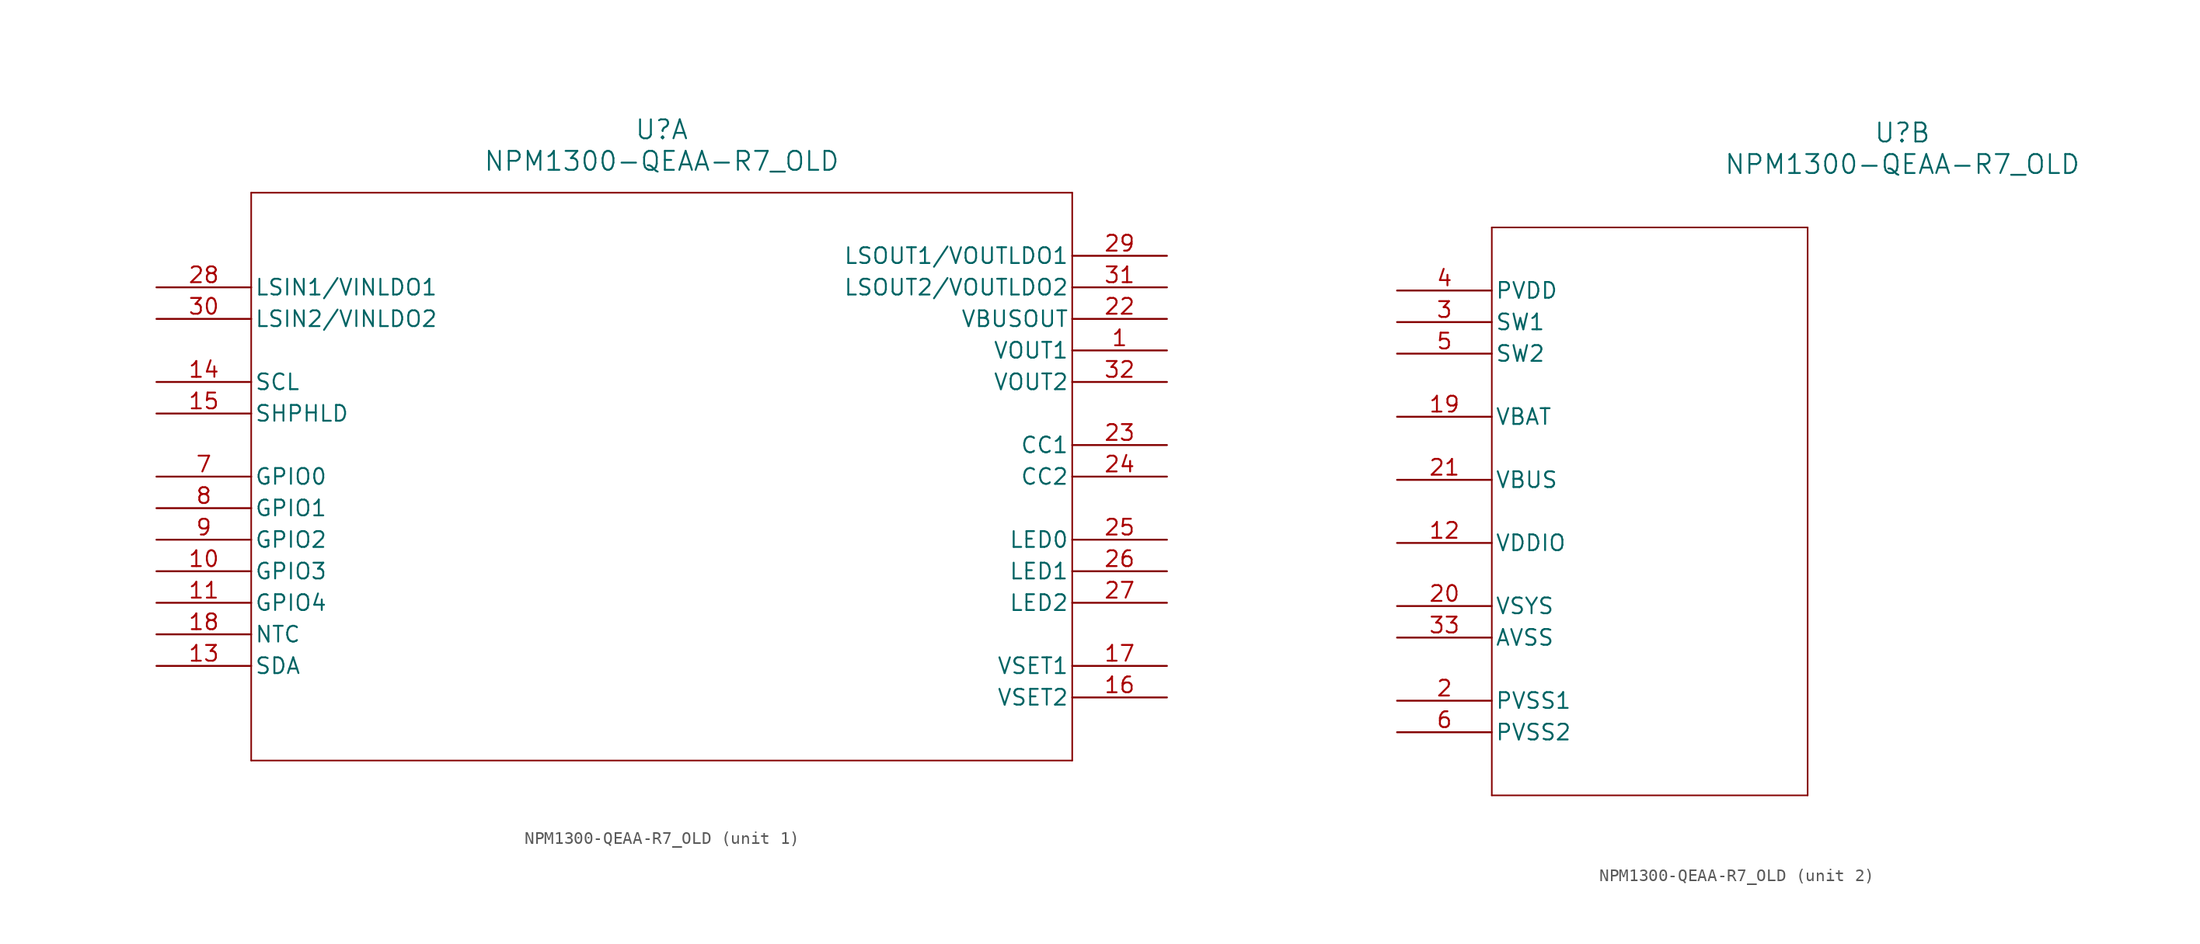
<source format=kicad_sym>
(kicad_symbol_lib
  (version 20241209)
  (generator "kicad_symbol_editor")
  (generator_version "9.0")
  (symbol "NPM1300-QEAA-R7_OLD"
    (pin_names
      (offset 0.254))
    (property "Reference" "U"
      (at 40.64 12.7 0)
      (effects (font (size 1.524 1.524))))
    (property "Value" "NPM1300-QEAA-R7_OLD"
      (at 40.64 10.16 0)
      (effects (font (size 1.524 1.524))))
    (property "ki_locked" ""
      (at 0 0 0)
      (effects (font (size 1.27 1.27))))
    (symbol "NPM1300-QEAA-R7_OLD_1_1"
      (polyline (pts (xy 7.62 7.62) (xy 7.62 -38.1)) (stroke (width 0.127) (type default)) (fill (type none)))
      (polyline (pts (xy 7.62 -38.1) (xy 73.66 -38.1)) (stroke (width 0.127) (type default)) (fill (type none)))
      (polyline (pts (xy 73.66 7.62) (xy 7.62 7.62)) (stroke (width 0.127) (type default)) (fill (type none)))
      (polyline (pts (xy 73.66 -38.1) (xy 73.66 7.62)) (stroke (width 0.127) (type default)) (fill (type none)))
      (pin power_in line (at 0 0 0) (length 7.62) (name "LSIN1/VINLDO1" (effects (font (size 1.27 1.27)))) (number "28" (effects (font (size 1.27 1.27)))))
      (pin power_in line (at 0 -2.54 0) (length 7.62) (name "LSIN2/VINLDO2" (effects (font (size 1.27 1.27)))) (number "30" (effects (font (size 1.27 1.27)))))
      (pin input line (at 0 -7.62 0) (length 7.62) (name "SCL" (effects (font (size 1.27 1.27)))) (number "14" (effects (font (size 1.27 1.27)))))
      (pin input line (at 0 -10.16 0) (length 7.62) (name "SHPHLD" (effects (font (size 1.27 1.27)))) (number "15" (effects (font (size 1.27 1.27)))))
      (pin bidirectional line (at 0 -15.24 0) (length 7.62) (name "GPIO0" (effects (font (size 1.27 1.27)))) (number "7" (effects (font (size 1.27 1.27)))))
      (pin bidirectional line (at 0 -17.78 0) (length 7.62) (name "GPIO1" (effects (font (size 1.27 1.27)))) (number "8" (effects (font (size 1.27 1.27)))))
      (pin bidirectional line (at 0 -20.32 0) (length 7.62) (name "GPIO2" (effects (font (size 1.27 1.27)))) (number "9" (effects (font (size 1.27 1.27)))))
      (pin bidirectional line (at 0 -22.86 0) (length 7.62) (name "GPIO3" (effects (font (size 1.27 1.27)))) (number "10" (effects (font (size 1.27 1.27)))))
      (pin bidirectional line (at 0 -25.4 0) (length 7.62) (name "GPIO4" (effects (font (size 1.27 1.27)))) (number "11" (effects (font (size 1.27 1.27)))))
      (pin unspecified line (at 0 -27.94 0) (length 7.62) (name "NTC" (effects (font (size 1.27 1.27)))) (number "18" (effects (font (size 1.27 1.27)))))
      (pin bidirectional line (at 0 -30.48 0) (length 7.62) (name "SDA" (effects (font (size 1.27 1.27)))) (number "13" (effects (font (size 1.27 1.27)))))
      (pin power_in line (at 81.28 2.54 180) (length 7.62) (name "LSOUT1/VOUTLDO1" (effects (font (size 1.27 1.27)))) (number "29" (effects (font (size 1.27 1.27)))))
      (pin power_in line (at 81.28 0 180) (length 7.62) (name "LSOUT2/VOUTLDO2" (effects (font (size 1.27 1.27)))) (number "31" (effects (font (size 1.27 1.27)))))
      (pin unspecified line (at 81.28 -2.54 180) (length 7.62) (name "VBUSOUT" (effects (font (size 1.27 1.27)))) (number "22" (effects (font (size 1.27 1.27)))))
      (pin power_in line (at 81.28 -5.08 180) (length 7.62) (name "VOUT1" (effects (font (size 1.27 1.27)))) (number "1" (effects (font (size 1.27 1.27)))))
      (pin power_in line (at 81.28 -7.62 180) (length 7.62) (name "VOUT2" (effects (font (size 1.27 1.27)))) (number "32" (effects (font (size 1.27 1.27)))))
      (pin unspecified line (at 81.28 -12.7 180) (length 7.62) (name "CC1" (effects (font (size 1.27 1.27)))) (number "23" (effects (font (size 1.27 1.27)))))
      (pin unspecified line (at 81.28 -15.24 180) (length 7.62) (name "CC2" (effects (font (size 1.27 1.27)))) (number "24" (effects (font (size 1.27 1.27)))))
      (pin unspecified line (at 81.28 -20.32 180) (length 7.62) (name "LED0" (effects (font (size 1.27 1.27)))) (number "25" (effects (font (size 1.27 1.27)))))
      (pin unspecified line (at 81.28 -22.86 180) (length 7.62) (name "LED1" (effects (font (size 1.27 1.27)))) (number "26" (effects (font (size 1.27 1.27)))))
      (pin unspecified line (at 81.28 -25.4 180) (length 7.62) (name "LED2" (effects (font (size 1.27 1.27)))) (number "27" (effects (font (size 1.27 1.27)))))
      (pin unspecified line (at 81.28 -30.48 180) (length 7.62) (name "VSET1" (effects (font (size 1.27 1.27)))) (number "17" (effects (font (size 1.27 1.27)))))
      (pin unspecified line (at 81.28 -33.02 180) (length 7.62) (name "VSET2" (effects (font (size 1.27 1.27)))) (number "16" (effects (font (size 1.27 1.27))))))
    (symbol "NPM1300-QEAA-R7_OLD_2_1"
      (polyline (pts (xy 7.62 5.08) (xy 7.62 -40.64)) (stroke (width 0.127) (type default)) (fill (type none)))
      (polyline (pts (xy 7.62 -40.64) (xy 33.02 -40.64)) (stroke (width 0.127) (type default)) (fill (type none)))
      (polyline (pts (xy 33.02 5.08) (xy 7.62 5.08)) (stroke (width 0.127) (type default)) (fill (type none)))
      (polyline (pts (xy 33.02 -40.64) (xy 33.02 5.08)) (stroke (width 0.127) (type default)) (fill (type none)))
      (pin power_in line (at 0 0 0) (length 7.62) (name "PVDD" (effects (font (size 1.27 1.27)))) (number "4" (effects (font (size 1.27 1.27)))))
      (pin power_in line (at 0 -2.54 0) (length 7.62) (name "SW1" (effects (font (size 1.27 1.27)))) (number "3" (effects (font (size 1.27 1.27)))))
      (pin power_in line (at 0 -5.08 0) (length 7.62) (name "SW2" (effects (font (size 1.27 1.27)))) (number "5" (effects (font (size 1.27 1.27)))))
      (pin power_in line (at 0 -10.16 0) (length 7.62) (name "VBAT" (effects (font (size 1.27 1.27)))) (number "19" (effects (font (size 1.27 1.27)))))
      (pin power_in line (at 0 -15.24 0) (length 7.62) (name "VBUS" (effects (font (size 1.27 1.27)))) (number "21" (effects (font (size 1.27 1.27)))))
      (pin power_in line (at 0 -20.32 0) (length 7.62) (name "VDDIO" (effects (font (size 1.27 1.27)))) (number "12" (effects (font (size 1.27 1.27)))))
      (pin power_in line (at 0 -25.4 0) (length 7.62) (name "VSYS" (effects (font (size 1.27 1.27)))) (number "20" (effects (font (size 1.27 1.27)))))
      (pin power_out line (at 0 -27.94 0) (length 7.62) (name "AVSS" (effects (font (size 1.27 1.27)))) (number "33" (effects (font (size 1.27 1.27)))))
      (pin power_out line (at 0 -33.02 0) (length 7.62) (name "PVSS1" (effects (font (size 1.27 1.27)))) (number "2" (effects (font (size 1.27 1.27)))))
      (pin power_out line (at 0 -35.56 0) (length 7.62) (name "PVSS2" (effects (font (size 1.27 1.27)))) (number "6" (effects (font (size 1.27 1.27))))))))
</source>
